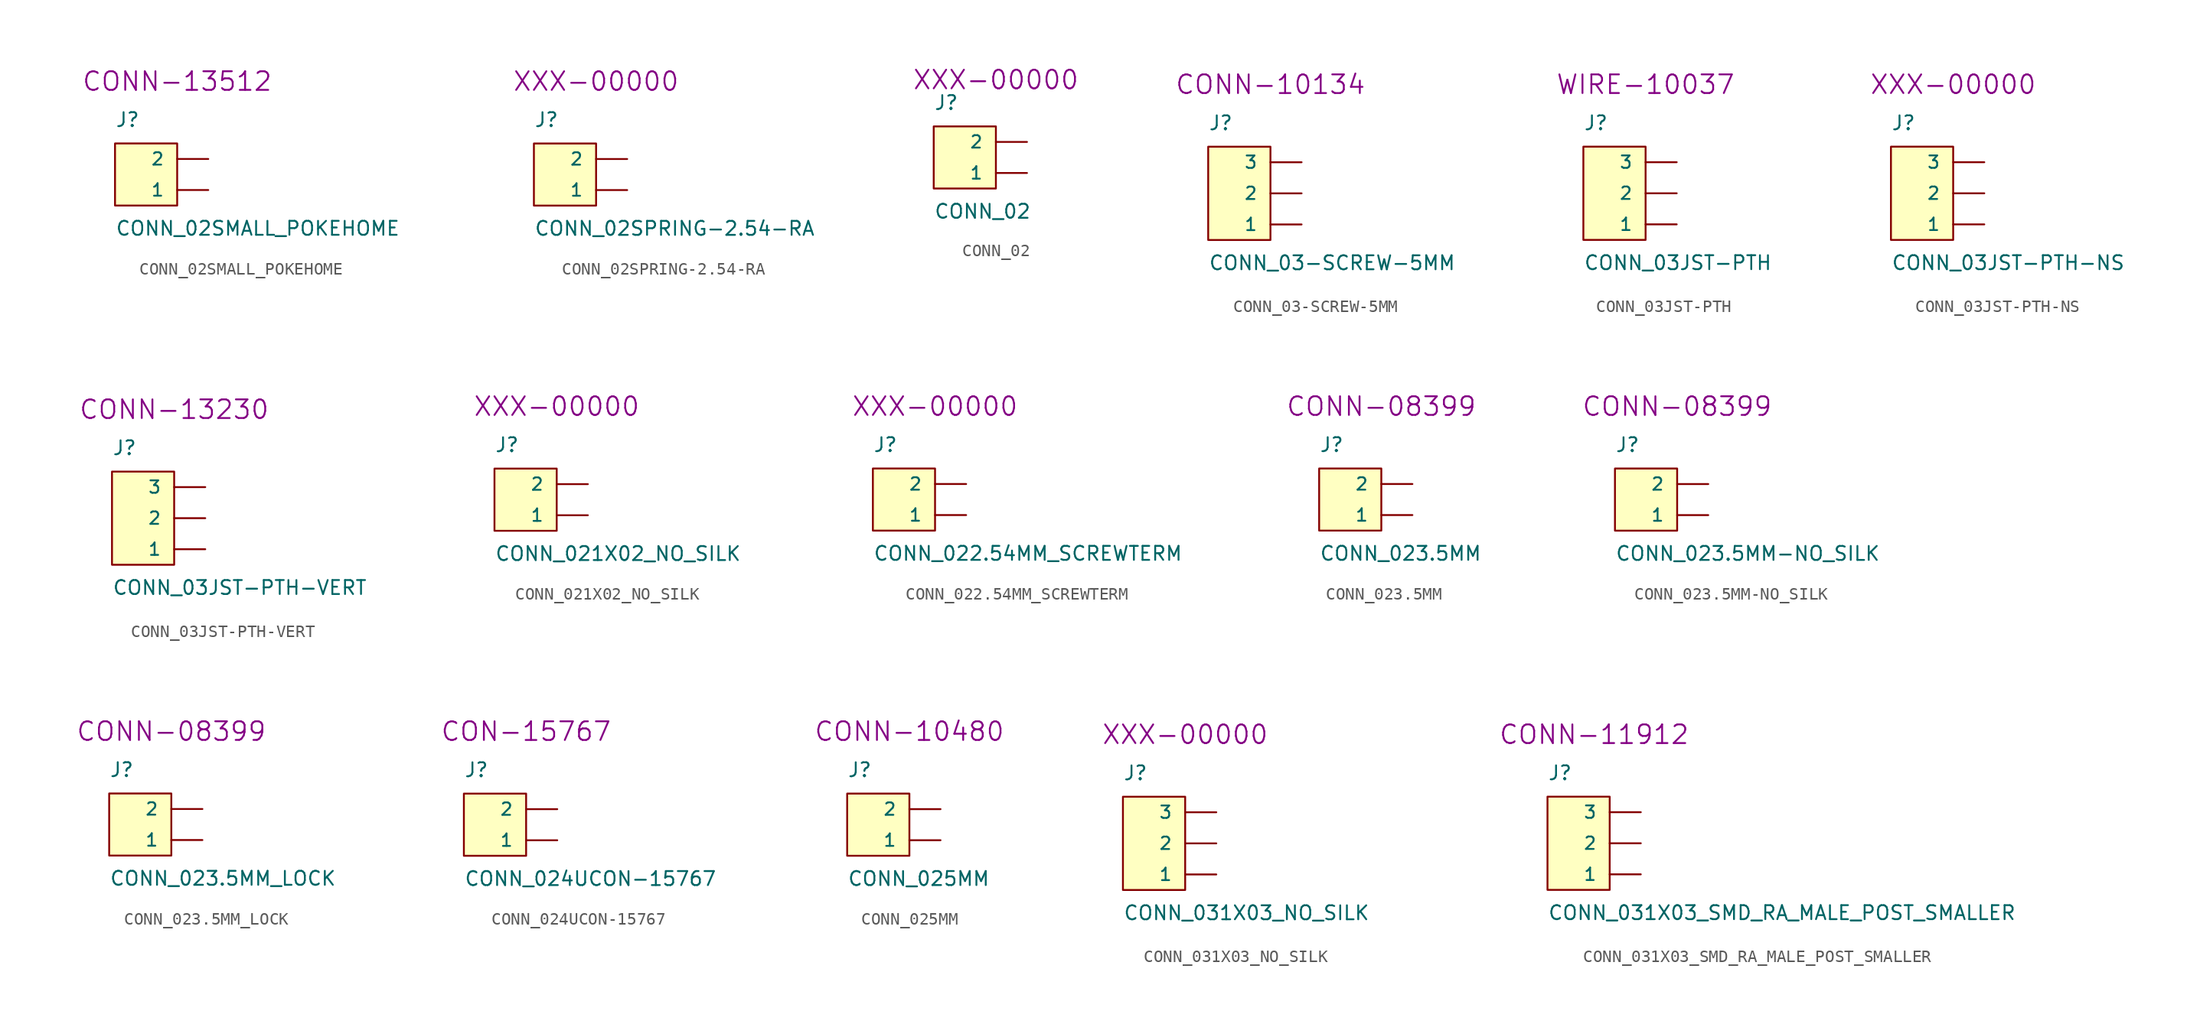
<source format=kicad_sym>
(kicad_symbol_lib
  (version 20220914)
  (generator kicad_symbol_editor)
  (symbol "CONN_02SMALL_POKEHOME"
    (pin_numbers hide)
    (pin_names
      (offset 1.016))
    (property "Reference" "J"
      (at -5.08 5.08 0)
      (effects (font (size 1.143 1.143)) (justify left bottom)))
    (property "Value" "CONN_02SMALL_POKEHOME"
      (at -5.08 -3.81 0)
      (effects (font (size 1.143 1.143)) (justify left bottom)))
    (property "Field4" "CONN-13512"
      (at 0 8.89 0)
      (effects (font (size 1.524 1.524))))
    (property "ki_locked" ""
      (at 0 0 0)
      (effects (font (size 1.27 1.27))))
    (symbol "CONN_02SMALL_POKEHOME_0_1"
      (rectangle (start 0 -1.27) (end -5.08 3.81) (stroke (width 0) (type solid)) (fill (type background))))
    (symbol "CONN_02SMALL_POKEHOME_1_1"
      (pin passive line (at 2.54 0 180) (length 2.54) (name "1" (effects (font (size 1.016 1.016)))) (number "P1" (effects (font (size 1.016 1.016)))))
      (pin passive line (at 2.54 2.54 180) (length 2.54) (name "2" (effects (font (size 1.016 1.016)))) (number "P2" (effects (font (size 1.016 1.016)))))
      (pin passive line (at 2.54 0 180) (length 2.54) hide (name "1" (effects (font (size 1.016 1.016)))) (number "P3" (effects (font (size 1.016 1.016)))))
      (pin passive line (at 2.54 2.54 180) (length 2.54) hide (name "2" (effects (font (size 1.016 1.016)))) (number "P4" (effects (font (size 1.016 1.016)))))))
  (symbol "CONN_02SPRING-2.54-RA"
    (pin_numbers hide)
    (pin_names
      (offset 1.016))
    (property "Reference" "J"
      (at -5.08 5.08 0)
      (effects (font (size 1.143 1.143)) (justify left bottom)))
    (property "Value" "CONN_02SPRING-2.54-RA"
      (at -5.08 -3.81 0)
      (effects (font (size 1.143 1.143)) (justify left bottom)))
    (property "Field4" "XXX-00000"
      (at 0 8.89 0)
      (effects (font (size 1.524 1.524))))
    (property "ki_locked" ""
      (at 0 0 0)
      (effects (font (size 1.27 1.27))))
    (symbol "CONN_02SPRING-2.54-RA_1_0"
      (rectangle (start 0 -1.27) (end -5.08 3.81) (stroke (width 0) (type solid)) (fill (type background))))
    (symbol "CONN_02SPRING-2.54-RA_1_1"
      (pin passive line (at 2.54 0 180) (length 2.54) (name "1" (effects (font (size 1.016 1.016)))) (number "1" (effects (font (size 1.016 1.016)))))
      (pin passive line (at 2.54 2.54 180) (length 2.54) (name "2" (effects (font (size 1.016 1.016)))) (number "2" (effects (font (size 1.016 1.016)))))))
  (symbol "CONN_02"
    (pin_numbers hide)
    (pin_names
      (offset 1.016))
    (property "Reference" "J"
      (at -5.08 5.08 0)
      (effects (font (size 1.143 1.143)) (justify left bottom)))
    (property "Value" "CONN_02"
      (at -5.08 -3.81 0)
      (effects (font (size 1.143 1.143)) (justify left bottom)))
    (property "Field4" "XXX-00000"
      (at 0 7.62 0)
      (effects (font (size 1.524 1.524))))
    (property "ki_locked" ""
      (at 0 0 0)
      (effects (font (size 1.27 1.27))))
    (symbol "CONN_02_1_0"
      (rectangle (start 0 -1.27) (end -5.08 3.81) (stroke (width 0) (type solid)) (fill (type background))))
    (symbol "CONN_02_1_1"
      (pin passive line (at 2.54 0 180) (length 2.54) (name "1" (effects (font (size 1.016 1.016)))) (number "1" (effects (font (size 1.016 1.016)))))
      (pin passive line (at 2.54 2.54 180) (length 2.54) (name "2" (effects (font (size 1.016 1.016)))) (number "2" (effects (font (size 1.016 1.016)))))))
  (symbol "CONN_03-SCREW-5MM"
    (pin_numbers hide)
    (pin_names
      (offset 1.016))
    (property "Reference" "J"
      (at -5.08 7.62 0)
      (effects (font (size 1.143 1.143)) (justify left bottom)))
    (property "Value" "CONN_03-SCREW-5MM"
      (at -5.08 -3.81 0)
      (effects (font (size 1.143 1.143)) (justify left bottom)))
    (property "Field4" "CONN-10134"
      (at 0 11.43 0)
      (effects (font (size 1.524 1.524))))
    (property "ki_locked" ""
      (at 0 0 0)
      (effects (font (size 1.27 1.27))))
    (symbol "CONN_03-SCREW-5MM_0_1"
      (rectangle (start 0 -1.27) (end -5.08 6.35) (stroke (width 0) (type solid)) (fill (type background))))
    (symbol "CONN_03-SCREW-5MM_1_1"
      (pin passive line (at 2.54 0 180) (length 2.54) (name "1" (effects (font (size 1.016 1.016)))) (number "1" (effects (font (size 1.016 1.016)))))
      (pin passive line (at 2.54 2.54 180) (length 2.54) (name "2" (effects (font (size 1.016 1.016)))) (number "2" (effects (font (size 1.016 1.016)))))
      (pin passive line (at 2.54 5.08 180) (length 2.54) (name "3" (effects (font (size 1.016 1.016)))) (number "3" (effects (font (size 1.016 1.016)))))))
  (symbol "CONN_03JST-PTH"
    (pin_numbers hide)
    (pin_names
      (offset 1.016))
    (property "Reference" "J"
      (at -5.08 7.62 0)
      (effects (font (size 1.143 1.143)) (justify left bottom)))
    (property "Value" "CONN_03JST-PTH"
      (at -5.08 -3.81 0)
      (effects (font (size 1.143 1.143)) (justify left bottom)))
    (property "Field4" "WIRE-10037"
      (at 0 11.43 0)
      (effects (font (size 1.524 1.524))))
    (property "ki_locked" ""
      (at 0 0 0)
      (effects (font (size 1.27 1.27))))
    (symbol "CONN_03JST-PTH_0_1"
      (rectangle (start 0 -1.27) (end -5.08 6.35) (stroke (width 0) (type solid)) (fill (type background))))
    (symbol "CONN_03JST-PTH_1_1"
      (pin passive line (at 2.54 0 180) (length 2.54) (name "1" (effects (font (size 1.016 1.016)))) (number "1" (effects (font (size 1.016 1.016)))))
      (pin passive line (at 2.54 2.54 180) (length 2.54) (name "2" (effects (font (size 1.016 1.016)))) (number "2" (effects (font (size 1.016 1.016)))))
      (pin passive line (at 2.54 5.08 180) (length 2.54) (name "3" (effects (font (size 1.016 1.016)))) (number "3" (effects (font (size 1.016 1.016)))))))
  (symbol "CONN_03JST-PTH-NS"
    (pin_numbers hide)
    (pin_names
      (offset 1.016))
    (property "Reference" "J"
      (at -5.08 7.62 0)
      (effects (font (size 1.143 1.143)) (justify left bottom)))
    (property "Value" "CONN_03JST-PTH-NS"
      (at -5.08 -3.81 0)
      (effects (font (size 1.143 1.143)) (justify left bottom)))
    (property "Field4" "XXX-00000"
      (at 0 11.43 0)
      (effects (font (size 1.524 1.524))))
    (property "ki_locked" ""
      (at 0 0 0)
      (effects (font (size 1.27 1.27))))
    (symbol "CONN_03JST-PTH-NS_0_1"
      (rectangle (start 0 -1.27) (end -5.08 6.35) (stroke (width 0) (type solid)) (fill (type background))))
    (symbol "CONN_03JST-PTH-NS_1_1"
      (pin passive line (at 2.54 0 180) (length 2.54) (name "1" (effects (font (size 1.016 1.016)))) (number "1" (effects (font (size 1.016 1.016)))))
      (pin passive line (at 2.54 2.54 180) (length 2.54) (name "2" (effects (font (size 1.016 1.016)))) (number "2" (effects (font (size 1.016 1.016)))))
      (pin passive line (at 2.54 5.08 180) (length 2.54) (name "3" (effects (font (size 1.016 1.016)))) (number "3" (effects (font (size 1.016 1.016)))))))
  (symbol "CONN_03JST-PTH-VERT"
    (pin_numbers hide)
    (pin_names
      (offset 1.016))
    (property "Reference" "J"
      (at -5.08 7.62 0)
      (effects (font (size 1.143 1.143)) (justify left bottom)))
    (property "Value" "CONN_03JST-PTH-VERT"
      (at -5.08 -3.81 0)
      (effects (font (size 1.143 1.143)) (justify left bottom)))
    (property "Field4" "CONN-13230"
      (at 0 11.43 0)
      (effects (font (size 1.524 1.524))))
    (property "ki_locked" ""
      (at 0 0 0)
      (effects (font (size 1.27 1.27))))
    (symbol "CONN_03JST-PTH-VERT_0_1"
      (rectangle (start 0 -1.27) (end -5.08 6.35) (stroke (width 0) (type solid)) (fill (type background))))
    (symbol "CONN_03JST-PTH-VERT_1_1"
      (pin passive line (at 2.54 0 180) (length 2.54) (name "1" (effects (font (size 1.016 1.016)))) (number "1" (effects (font (size 1.016 1.016)))))
      (pin passive line (at 2.54 2.54 180) (length 2.54) (name "2" (effects (font (size 1.016 1.016)))) (number "2" (effects (font (size 1.016 1.016)))))
      (pin passive line (at 2.54 5.08 180) (length 2.54) (name "3" (effects (font (size 1.016 1.016)))) (number "3" (effects (font (size 1.016 1.016)))))))
  (symbol "CONN_021X02_NO_SILK"
    (pin_numbers hide)
    (pin_names
      (offset 1.016))
    (property "Reference" "J"
      (at -5.08 5.08 0)
      (effects (font (size 1.143 1.143)) (justify left bottom)))
    (property "Value" "CONN_021X02_NO_SILK"
      (at -5.08 -3.81 0)
      (effects (font (size 1.143 1.143)) (justify left bottom)))
    (property "Field4" "XXX-00000"
      (at 0 8.89 0)
      (effects (font (size 1.524 1.524))))
    (property "ki_locked" ""
      (at 0 0 0)
      (effects (font (size 1.27 1.27))))
    (symbol "CONN_021X02_NO_SILK_1_0"
      (rectangle (start 0 -1.27) (end -5.08 3.81) (stroke (width 0) (type solid)) (fill (type background))))
    (symbol "CONN_021X02_NO_SILK_1_1"
      (pin passive line (at 2.54 0 180) (length 2.54) (name "1" (effects (font (size 1.016 1.016)))) (number "1" (effects (font (size 1.016 1.016)))))
      (pin passive line (at 2.54 2.54 180) (length 2.54) (name "2" (effects (font (size 1.016 1.016)))) (number "2" (effects (font (size 1.016 1.016)))))))
  (symbol "CONN_022.54MM_SCREWTERM"
    (pin_numbers hide)
    (pin_names
      (offset 1.016))
    (property "Reference" "J"
      (at -5.08 5.08 0)
      (effects (font (size 1.143 1.143)) (justify left bottom)))
    (property "Value" "CONN_022.54MM_SCREWTERM"
      (at -5.08 -3.81 0)
      (effects (font (size 1.143 1.143)) (justify left bottom)))
    (property "Field4" "XXX-00000"
      (at 0 8.89 0)
      (effects (font (size 1.524 1.524))))
    (property "ki_locked" ""
      (at 0 0 0)
      (effects (font (size 1.27 1.27))))
    (symbol "CONN_022.54MM_SCREWTERM_1_0"
      (rectangle (start 0 -1.27) (end -5.08 3.81) (stroke (width 0) (type solid)) (fill (type background))))
    (symbol "CONN_022.54MM_SCREWTERM_1_1"
      (pin passive line (at 2.54 0 180) (length 2.54) (name "1" (effects (font (size 1.016 1.016)))) (number "1" (effects (font (size 1.016 1.016)))))
      (pin passive line (at 2.54 2.54 180) (length 2.54) (name "2" (effects (font (size 1.016 1.016)))) (number "2" (effects (font (size 1.016 1.016)))))))
  (symbol "CONN_023.5MM"
    (pin_numbers hide)
    (pin_names
      (offset 1.016))
    (property "Reference" "J"
      (at -5.08 5.08 0)
      (effects (font (size 1.143 1.143)) (justify left bottom)))
    (property "Value" "CONN_023.5MM"
      (at -5.08 -3.81 0)
      (effects (font (size 1.143 1.143)) (justify left bottom)))
    (property "Field4" "CONN-08399"
      (at 0 8.89 0)
      (effects (font (size 1.524 1.524))))
    (property "ki_locked" ""
      (at 0 0 0)
      (effects (font (size 1.27 1.27))))
    (symbol "CONN_023.5MM_1_0"
      (rectangle (start 0 -1.27) (end -5.08 3.81) (stroke (width 0) (type solid)) (fill (type background))))
    (symbol "CONN_023.5MM_1_1"
      (pin passive line (at 2.54 0 180) (length 2.54) (name "1" (effects (font (size 1.016 1.016)))) (number "1" (effects (font (size 1.016 1.016)))))
      (pin passive line (at 2.54 2.54 180) (length 2.54) (name "2" (effects (font (size 1.016 1.016)))) (number "2" (effects (font (size 1.016 1.016)))))))
  (symbol "CONN_023.5MM-NO_SILK"
    (pin_numbers hide)
    (pin_names
      (offset 1.016))
    (property "Reference" "J"
      (at -5.08 5.08 0)
      (effects (font (size 1.143 1.143)) (justify left bottom)))
    (property "Value" "CONN_023.5MM-NO_SILK"
      (at -5.08 -3.81 0)
      (effects (font (size 1.143 1.143)) (justify left bottom)))
    (property "Field4" "CONN-08399"
      (at 0 8.89 0)
      (effects (font (size 1.524 1.524))))
    (property "ki_locked" ""
      (at 0 0 0)
      (effects (font (size 1.27 1.27))))
    (symbol "CONN_023.5MM-NO_SILK_1_0"
      (rectangle (start 0 -1.27) (end -5.08 3.81) (stroke (width 0) (type solid)) (fill (type background))))
    (symbol "CONN_023.5MM-NO_SILK_1_1"
      (pin passive line (at 2.54 0 180) (length 2.54) (name "1" (effects (font (size 1.016 1.016)))) (number "1" (effects (font (size 1.016 1.016)))))
      (pin passive line (at 2.54 2.54 180) (length 2.54) (name "2" (effects (font (size 1.016 1.016)))) (number "2" (effects (font (size 1.016 1.016)))))))
  (symbol "CONN_023.5MM_LOCK"
    (pin_numbers hide)
    (pin_names
      (offset 1.016))
    (property "Reference" "J"
      (at -5.08 5.08 0)
      (effects (font (size 1.143 1.143)) (justify left bottom)))
    (property "Value" "CONN_023.5MM_LOCK"
      (at -5.08 -3.81 0)
      (effects (font (size 1.143 1.143)) (justify left bottom)))
    (property "Field4" "CONN-08399"
      (at 0 8.89 0)
      (effects (font (size 1.524 1.524))))
    (property "ki_locked" ""
      (at 0 0 0)
      (effects (font (size 1.27 1.27))))
    (symbol "CONN_023.5MM_LOCK_1_0"
      (rectangle (start 0 -1.27) (end -5.08 3.81) (stroke (width 0) (type solid)) (fill (type background))))
    (symbol "CONN_023.5MM_LOCK_1_1"
      (pin passive line (at 2.54 0 180) (length 2.54) (name "1" (effects (font (size 1.016 1.016)))) (number "1" (effects (font (size 1.016 1.016)))))
      (pin passive line (at 2.54 2.54 180) (length 2.54) (name "2" (effects (font (size 1.016 1.016)))) (number "2" (effects (font (size 1.016 1.016)))))))
  (symbol "CONN_024UCON-15767"
    (pin_numbers hide)
    (pin_names
      (offset 1.016))
    (property "Reference" "J"
      (at -5.08 5.08 0)
      (effects (font (size 1.143 1.143)) (justify left bottom)))
    (property "Value" "CONN_024UCON-15767"
      (at -5.08 -3.81 0)
      (effects (font (size 1.143 1.143)) (justify left bottom)))
    (property "Field4" "CON-15767"
      (at 0 8.89 0)
      (effects (font (size 1.524 1.524))))
    (property "ki_locked" ""
      (at 0 0 0)
      (effects (font (size 1.27 1.27))))
    (symbol "CONN_024UCON-15767_1_0"
      (rectangle (start 0 -1.27) (end -5.08 3.81) (stroke (width 0) (type solid)) (fill (type background))))
    (symbol "CONN_024UCON-15767_1_1"
      (pin passive line (at 2.54 0 180) (length 2.54) (name "1" (effects (font (size 1.016 1.016)))) (number "1" (effects (font (size 1.016 1.016)))))
      (pin passive line (at 2.54 2.54 180) (length 2.54) (name "2" (effects (font (size 1.016 1.016)))) (number "2" (effects (font (size 1.016 1.016)))))))
  (symbol "CONN_025MM"
    (pin_numbers hide)
    (pin_names
      (offset 1.016))
    (property "Reference" "J"
      (at -5.08 5.08 0)
      (effects (font (size 1.143 1.143)) (justify left bottom)))
    (property "Value" "CONN_025MM"
      (at -5.08 -3.81 0)
      (effects (font (size 1.143 1.143)) (justify left bottom)))
    (property "Field4" "CONN-10480"
      (at 0 8.89 0)
      (effects (font (size 1.524 1.524))))
    (property "ki_locked" ""
      (at 0 0 0)
      (effects (font (size 1.27 1.27))))
    (symbol "CONN_025MM_1_0"
      (rectangle (start 0 -1.27) (end -5.08 3.81) (stroke (width 0) (type solid)) (fill (type background))))
    (symbol "CONN_025MM_1_1"
      (pin passive line (at 2.54 0 180) (length 2.54) (name "1" (effects (font (size 1.016 1.016)))) (number "1" (effects (font (size 1.016 1.016)))))
      (pin passive line (at 2.54 2.54 180) (length 2.54) (name "2" (effects (font (size 1.016 1.016)))) (number "2" (effects (font (size 1.016 1.016)))))))
  (symbol "CONN_031X03_NO_SILK"
    (pin_numbers hide)
    (pin_names
      (offset 1.016))
    (property "Reference" "J"
      (at -5.08 7.62 0)
      (effects (font (size 1.143 1.143)) (justify left bottom)))
    (property "Value" "CONN_031X03_NO_SILK"
      (at -5.08 -3.81 0)
      (effects (font (size 1.143 1.143)) (justify left bottom)))
    (property "Field4" "XXX-00000"
      (at 0 11.43 0)
      (effects (font (size 1.524 1.524))))
    (property "ki_locked" ""
      (at 0 0 0)
      (effects (font (size 1.27 1.27))))
    (symbol "CONN_031X03_NO_SILK_0_1"
      (rectangle (start 0 -1.27) (end -5.08 6.35) (stroke (width 0) (type solid)) (fill (type background))))
    (symbol "CONN_031X03_NO_SILK_1_1"
      (pin passive line (at 2.54 0 180) (length 2.54) (name "1" (effects (font (size 1.016 1.016)))) (number "1" (effects (font (size 1.016 1.016)))))
      (pin passive line (at 2.54 2.54 180) (length 2.54) (name "2" (effects (font (size 1.016 1.016)))) (number "2" (effects (font (size 1.016 1.016)))))
      (pin passive line (at 2.54 5.08 180) (length 2.54) (name "3" (effects (font (size 1.016 1.016)))) (number "3" (effects (font (size 1.016 1.016)))))))
  (symbol "CONN_031X03_SMD_RA_MALE_POST_SMALLER"
    (pin_numbers hide)
    (pin_names
      (offset 1.016))
    (property "Reference" "J"
      (at -3.81 7.62 0)
      (effects (font (size 1.143 1.143)) (justify left bottom)))
    (property "Value" "CONN_031X03_SMD_RA_MALE_POST_SMALLER"
      (at -3.81 -3.81 0)
      (effects (font (size 1.143 1.143)) (justify left bottom)))
    (property "Field4" "CONN-11912"
      (at 0 11.43 0)
      (effects (font (size 1.524 1.524))))
    (property "ki_locked" ""
      (at 0 0 0)
      (effects (font (size 1.27 1.27))))
    (symbol "CONN_031X03_SMD_RA_MALE_POST_SMALLER_0_1"
      (rectangle (start 1.27 -1.27) (end -3.81 6.35) (stroke (width 0) (type solid)) (fill (type background))))
    (symbol "CONN_031X03_SMD_RA_MALE_POST_SMALLER_1_1"
      (pin passive line (at 3.81 0 180) (length 2.54) (name "1" (effects (font (size 1.016 1.016)))) (number "1" (effects (font (size 1.016 1.016)))))
      (pin passive line (at 3.81 2.54 180) (length 2.54) (name "2" (effects (font (size 1.016 1.016)))) (number "2" (effects (font (size 1.016 1.016)))))
      (pin passive line (at 3.81 5.08 180) (length 2.54) (name "3" (effects (font (size 1.016 1.016)))) (number "3" (effects (font (size 1.016 1.016))))))))
</source>
